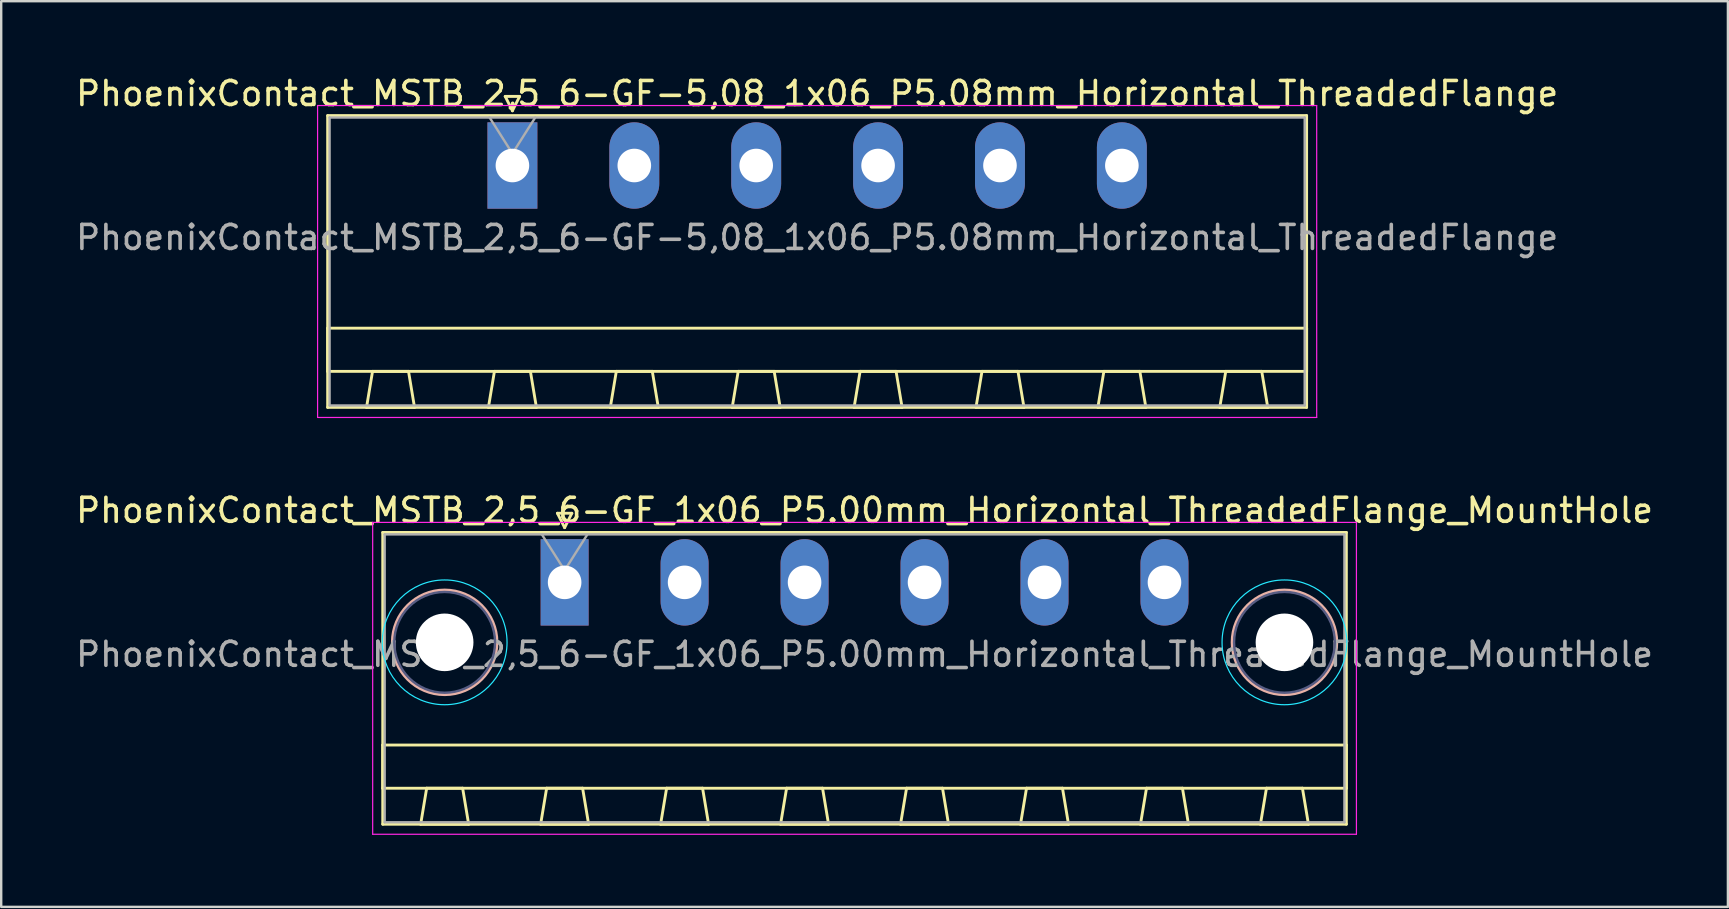
<source format=kicad_pcb>
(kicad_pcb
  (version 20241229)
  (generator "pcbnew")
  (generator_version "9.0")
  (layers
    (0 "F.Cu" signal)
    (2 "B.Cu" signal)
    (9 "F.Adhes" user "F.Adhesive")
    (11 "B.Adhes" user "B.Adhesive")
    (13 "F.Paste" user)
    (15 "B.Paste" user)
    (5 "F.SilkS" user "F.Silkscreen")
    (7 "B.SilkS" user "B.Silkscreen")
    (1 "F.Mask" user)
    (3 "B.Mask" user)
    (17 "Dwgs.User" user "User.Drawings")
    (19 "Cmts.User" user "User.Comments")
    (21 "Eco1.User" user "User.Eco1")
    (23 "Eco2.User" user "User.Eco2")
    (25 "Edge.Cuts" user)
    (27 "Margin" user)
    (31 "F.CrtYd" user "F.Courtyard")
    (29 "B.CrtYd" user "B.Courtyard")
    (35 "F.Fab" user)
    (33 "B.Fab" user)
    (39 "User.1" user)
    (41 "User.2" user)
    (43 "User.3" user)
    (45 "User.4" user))
  (footprint "PhoenixContact_MSTB_2,5_6-GF-5,08_1x06_P5.08mm_Horizontal_ThreadedFlange"
    (layer "F.Cu")
    (at 18.306 3.848)
    (property "Reference" "PhoenixContact_MSTB_2,5_6-GF-5,08_1x06_P5.08mm_Horizontal_ThreadedFlange" (at 12.7 -3 0) (layer "F.SilkS") (effects (font (size 1 1) (thickness 0.15))))
    (attr through_hole)
    (fp_line (start -7.7 -2.08) (end -7.7 10.08) (stroke (width 0.12) (type solid)) (layer "F.SilkS"))
    (fp_line (start -7.7 6.78) (end 33.1 6.78) (stroke (width 0.12) (type solid)) (layer "F.SilkS"))
    (fp_line (start -7.7 8.58) (end -7.7 6.78) (stroke (width 0.12) (type solid)) (layer "F.SilkS"))
    (fp_line (start -7.7 10.08) (end 33.1 10.08) (stroke (width 0.12) (type solid)) (layer "F.SilkS"))
    (fp_line (start -6.08 10.08) (end -4.08 10.08) (stroke (width 0.12) (type solid)) (layer "F.SilkS"))
    (fp_line (start -5.83 8.58) (end -6.08 10.08) (stroke (width 0.12) (type solid)) (layer "F.SilkS"))
    (fp_line (start -4.33 8.58) (end -5.83 8.58) (stroke (width 0.12) (type solid)) (layer "F.SilkS"))
    (fp_line (start -4.08 10.08) (end -4.33 8.58) (stroke (width 0.12) (type solid)) (layer "F.SilkS"))
    (fp_line (start -1 10.08) (end 1 10.08) (stroke (width 0.12) (type solid)) (layer "F.SilkS"))
    (fp_line (start -0.75 8.58) (end -1 10.08) (stroke (width 0.12) (type solid)) (layer "F.SilkS"))
    (fp_line (start -0.3 -2.88) (end 0.3 -2.88) (stroke (width 0.12) (type solid)) (layer "F.SilkS"))
    (fp_line (start 0 -2.28) (end -0.3 -2.88) (stroke (width 0.12) (type solid)) (layer "F.SilkS"))
    (fp_line (start 0.3 -2.88) (end 0 -2.28) (stroke (width 0.12) (type solid)) (layer "F.SilkS"))
    (fp_line (start 0.75 8.58) (end -0.75 8.58) (stroke (width 0.12) (type solid)) (layer "F.SilkS"))
    (fp_line (start 1 10.08) (end 0.75 8.58) (stroke (width 0.12) (type solid)) (layer "F.SilkS"))
    (fp_line (start 4.08 10.08) (end 6.08 10.08) (stroke (width 0.12) (type solid)) (layer "F.SilkS"))
    (fp_line (start 4.33 8.58) (end 4.08 10.08) (stroke (width 0.12) (type solid)) (layer "F.SilkS"))
    (fp_line (start 5.83 8.58) (end 4.33 8.58) (stroke (width 0.12) (type solid)) (layer "F.SilkS"))
    (fp_line (start 6.08 10.08) (end 5.83 8.58) (stroke (width 0.12) (type solid)) (layer "F.SilkS"))
    (fp_line (start 9.16 10.08) (end 11.16 10.08) (stroke (width 0.12) (type solid)) (layer "F.SilkS"))
    (fp_line (start 9.41 8.58) (end 9.16 10.08) (stroke (width 0.12) (type solid)) (layer "F.SilkS"))
    (fp_line (start 10.91 8.58) (end 9.41 8.58) (stroke (width 0.12) (type solid)) (layer "F.SilkS"))
    (fp_line (start 11.16 10.08) (end 10.91 8.58) (stroke (width 0.12) (type solid)) (layer "F.SilkS"))
    (fp_line (start 14.24 10.08) (end 16.24 10.08) (stroke (width 0.12) (type solid)) (layer "F.SilkS"))
    (fp_line (start 14.49 8.58) (end 14.24 10.08) (stroke (width 0.12) (type solid)) (layer "F.SilkS"))
    (fp_line (start 15.99 8.58) (end 14.49 8.58) (stroke (width 0.12) (type solid)) (layer "F.SilkS"))
    (fp_line (start 16.24 10.08) (end 15.99 8.58) (stroke (width 0.12) (type solid)) (layer "F.SilkS"))
    (fp_line (start 19.32 10.08) (end 21.32 10.08) (stroke (width 0.12) (type solid)) (layer "F.SilkS"))
    (fp_line (start 19.57 8.58) (end 19.32 10.08) (stroke (width 0.12) (type solid)) (layer "F.SilkS"))
    (fp_line (start 21.07 8.58) (end 19.57 8.58) (stroke (width 0.12) (type solid)) (layer "F.SilkS"))
    (fp_line (start 21.32 10.08) (end 21.07 8.58) (stroke (width 0.12) (type solid)) (layer "F.SilkS"))
    (fp_line (start 24.4 10.08) (end 26.4 10.08) (stroke (width 0.12) (type solid)) (layer "F.SilkS"))
    (fp_line (start 24.65 8.58) (end 24.4 10.08) (stroke (width 0.12) (type solid)) (layer "F.SilkS"))
    (fp_line (start 26.15 8.58) (end 24.65 8.58) (stroke (width 0.12) (type solid)) (layer "F.SilkS"))
    (fp_line (start 26.4 10.08) (end 26.15 8.58) (stroke (width 0.12) (type solid)) (layer "F.SilkS"))
    (fp_line (start 29.48 10.08) (end 31.48 10.08) (stroke (width 0.12) (type solid)) (layer "F.SilkS"))
    (fp_line (start 29.73 8.58) (end 29.48 10.08) (stroke (width 0.12) (type solid)) (layer "F.SilkS"))
    (fp_line (start 31.23 8.58) (end 29.73 8.58) (stroke (width 0.12) (type solid)) (layer "F.SilkS"))
    (fp_line (start 31.48 10.08) (end 31.23 8.58) (stroke (width 0.12) (type solid)) (layer "F.SilkS"))
    (fp_line (start 33.1 -2.08) (end -7.7 -2.08) (stroke (width 0.12) (type solid)) (layer "F.SilkS"))
    (fp_line (start 33.1 6.78) (end 33.1 8.58) (stroke (width 0.12) (type solid)) (layer "F.SilkS"))
    (fp_line (start 33.1 8.58) (end -7.7 8.58) (stroke (width 0.12) (type solid)) (layer "F.SilkS"))
    (fp_line (start 33.1 10.08) (end 33.1 -2.08) (stroke (width 0.12) (type solid)) (layer "F.SilkS"))
    (fp_line (start -8.12 -2.5) (end -8.12 10.5) (stroke (width 0.05) (type solid)) (layer "F.CrtYd"))
    (fp_line (start -8.12 10.5) (end 33.52 10.5) (stroke (width 0.05) (type solid)) (layer "F.CrtYd"))
    (fp_line (start 33.52 -2.5) (end -8.12 -2.5) (stroke (width 0.05) (type solid)) (layer "F.CrtYd"))
    (fp_line (start 33.52 10.5) (end 33.52 -2.5) (stroke (width 0.05) (type solid)) (layer "F.CrtYd"))
    (fp_line (start -7.62 -2) (end -7.62 10) (stroke (width 0.1) (type solid)) (layer "F.Fab"))
    (fp_line (start -7.62 10) (end 33.02 10) (stroke (width 0.1) (type solid)) (layer "F.Fab"))
    (fp_line (start 0 -0.5) (end -0.95 -2) (stroke (width 0.1) (type solid)) (layer "F.Fab"))
    (fp_line (start 0.95 -2) (end 0 -0.5) (stroke (width 0.1) (type solid)) (layer "F.Fab"))
    (fp_line (start 33.02 -2) (end -7.62 -2) (stroke (width 0.1) (type solid)) (layer "F.Fab"))
    (fp_line (start 33.02 10) (end 33.02 -2) (stroke (width 0.1) (type solid)) (layer "F.Fab"))
    (fp_text user "${REFERENCE}" (at 12.7 3 0) (layer "F.Fab") (effects (font (size 1 1) (thickness 0.15))))
    (pad "1" thru_hole rect (at 0 0) (size 2.08 3.6) (drill 1.4) (layers "*.Cu" "*.Mask"))
    (pad "2" thru_hole oval (at 5.08 0) (size 2.08 3.6) (drill 1.4) (layers "*.Cu" "*.Mask"))
    (pad "3" thru_hole oval (at 10.16 0) (size 2.08 3.6) (drill 1.4) (layers "*.Cu" "*.Mask"))
    (pad "4" thru_hole oval (at 15.24 0) (size 2.08 3.6) (drill 1.4) (layers "*.Cu" "*.Mask"))
    (pad "5" thru_hole oval (at 20.32 0) (size 2.08 3.6) (drill 1.4) (layers "*.Cu" "*.Mask"))
    (pad "6" thru_hole oval (at 25.4 0) (size 2.08 3.6) (drill 1.4) (layers "*.Cu" "*.Mask")))
  (footprint "PhoenixContact_MSTB_2,5_6-GF_1x06_P5.00mm_Horizontal_ThreadedFlange_MountHole"
    (layer "F.Cu")
    (at 20.482 21.221)
    (property "Reference" "PhoenixContact_MSTB_2,5_6-GF_1x06_P5.00mm_Horizontal_ThreadedFlange_MountHole" (at 12.5 -3 0) (layer "F.SilkS") (effects (font (size 1 1) (thickness 0.15))))
    (attr through_hole)
    (fp_line (start -7.58 -2.08) (end -7.58 10.08) (stroke (width 0.12) (type solid)) (layer "F.SilkS"))
    (fp_line (start -7.58 6.78) (end 32.58 6.78) (stroke (width 0.12) (type solid)) (layer "F.SilkS"))
    (fp_line (start -7.58 8.58) (end -7.58 6.78) (stroke (width 0.12) (type solid)) (layer "F.SilkS"))
    (fp_line (start -7.58 10.08) (end 32.58 10.08) (stroke (width 0.12) (type solid)) (layer "F.SilkS"))
    (fp_line (start -6 10.08) (end -4 10.08) (stroke (width 0.12) (type solid)) (layer "F.SilkS"))
    (fp_line (start -5.75 8.58) (end -6 10.08) (stroke (width 0.12) (type solid)) (layer "F.SilkS"))
    (fp_line (start -4.25 8.58) (end -5.75 8.58) (stroke (width 0.12) (type solid)) (layer "F.SilkS"))
    (fp_line (start -4 10.08) (end -4.25 8.58) (stroke (width 0.12) (type solid)) (layer "F.SilkS"))
    (fp_line (start -1 10.08) (end 1 10.08) (stroke (width 0.12) (type solid)) (layer "F.SilkS"))
    (fp_line (start -0.75 8.58) (end -1 10.08) (stroke (width 0.12) (type solid)) (layer "F.SilkS"))
    (fp_line (start -0.3 -2.88) (end 0.3 -2.88) (stroke (width 0.12) (type solid)) (layer "F.SilkS"))
    (fp_line (start 0 -2.28) (end -0.3 -2.88) (stroke (width 0.12) (type solid)) (layer "F.SilkS"))
    (fp_line (start 0.3 -2.88) (end 0 -2.28) (stroke (width 0.12) (type solid)) (layer "F.SilkS"))
    (fp_line (start 0.75 8.58) (end -0.75 8.58) (stroke (width 0.12) (type solid)) (layer "F.SilkS"))
    (fp_line (start 1 10.08) (end 0.75 8.58) (stroke (width 0.12) (type solid)) (layer "F.SilkS"))
    (fp_line (start 4 10.08) (end 6 10.08) (stroke (width 0.12) (type solid)) (layer "F.SilkS"))
    (fp_line (start 4.25 8.58) (end 4 10.08) (stroke (width 0.12) (type solid)) (layer "F.SilkS"))
    (fp_line (start 5.75 8.58) (end 4.25 8.58) (stroke (width 0.12) (type solid)) (layer "F.SilkS"))
    (fp_line (start 6 10.08) (end 5.75 8.58) (stroke (width 0.12) (type solid)) (layer "F.SilkS"))
    (fp_line (start 9 10.08) (end 11 10.08) (stroke (width 0.12) (type solid)) (layer "F.SilkS"))
    (fp_line (start 9.25 8.58) (end 9 10.08) (stroke (width 0.12) (type solid)) (layer "F.SilkS"))
    (fp_line (start 10.75 8.58) (end 9.25 8.58) (stroke (width 0.12) (type solid)) (layer "F.SilkS"))
    (fp_line (start 11 10.08) (end 10.75 8.58) (stroke (width 0.12) (type solid)) (layer "F.SilkS"))
    (fp_line (start 14 10.08) (end 16 10.08) (stroke (width 0.12) (type solid)) (layer "F.SilkS"))
    (fp_line (start 14.25 8.58) (end 14 10.08) (stroke (width 0.12) (type solid)) (layer "F.SilkS"))
    (fp_line (start 15.75 8.58) (end 14.25 8.58) (stroke (width 0.12) (type solid)) (layer "F.SilkS"))
    (fp_line (start 16 10.08) (end 15.75 8.58) (stroke (width 0.12) (type solid)) (layer "F.SilkS"))
    (fp_line (start 19 10.08) (end 21 10.08) (stroke (width 0.12) (type solid)) (layer "F.SilkS"))
    (fp_line (start 19.25 8.58) (end 19 10.08) (stroke (width 0.12) (type solid)) (layer "F.SilkS"))
    (fp_line (start 20.75 8.58) (end 19.25 8.58) (stroke (width 0.12) (type solid)) (layer "F.SilkS"))
    (fp_line (start 21 10.08) (end 20.75 8.58) (stroke (width 0.12) (type solid)) (layer "F.SilkS"))
    (fp_line (start 24 10.08) (end 26 10.08) (stroke (width 0.12) (type solid)) (layer "F.SilkS"))
    (fp_line (start 24.25 8.58) (end 24 10.08) (stroke (width 0.12) (type solid)) (layer "F.SilkS"))
    (fp_line (start 25.75 8.58) (end 24.25 8.58) (stroke (width 0.12) (type solid)) (layer "F.SilkS"))
    (fp_line (start 26 10.08) (end 25.75 8.58) (stroke (width 0.12) (type solid)) (layer "F.SilkS"))
    (fp_line (start 29 10.08) (end 31 10.08) (stroke (width 0.12) (type solid)) (layer "F.SilkS"))
    (fp_line (start 29.25 8.58) (end 29 10.08) (stroke (width 0.12) (type solid)) (layer "F.SilkS"))
    (fp_line (start 30.75 8.58) (end 29.25 8.58) (stroke (width 0.12) (type solid)) (layer "F.SilkS"))
    (fp_line (start 31 10.08) (end 30.75 8.58) (stroke (width 0.12) (type solid)) (layer "F.SilkS"))
    (fp_line (start 32.58 -2.08) (end -7.58 -2.08) (stroke (width 0.12) (type solid)) (layer "F.SilkS"))
    (fp_line (start 32.58 6.78) (end 32.58 8.58) (stroke (width 0.12) (type solid)) (layer "F.SilkS"))
    (fp_line (start 32.58 8.58) (end -7.58 8.58) (stroke (width 0.12) (type solid)) (layer "F.SilkS"))
    (fp_line (start 32.58 10.08) (end 32.58 -2.08) (stroke (width 0.12) (type solid)) (layer "F.SilkS"))
    (fp_circle (center -5 2.5) (end -2.82 2.5) (stroke (width 0.12) (type solid)) (fill no) (layer "B.SilkS"))
    (fp_circle (center 30 2.5) (end 32.18 2.5) (stroke (width 0.12) (type solid)) (fill no) (layer "B.SilkS"))
    (fp_circle (center -5 2.5) (end -2.4 2.5) (stroke (width 0.05) (type solid)) (fill no) (layer "B.CrtYd"))
    (fp_circle (center 30 2.5) (end 32.6 2.5) (stroke (width 0.05) (type solid)) (fill no) (layer "B.CrtYd"))
    (fp_line (start -8 -2.5) (end -8 10.5) (stroke (width 0.05) (type solid)) (layer "F.CrtYd"))
    (fp_line (start -8 10.5) (end 33 10.5) (stroke (width 0.05) (type solid)) (layer "F.CrtYd"))
    (fp_line (start 33 -2.5) (end -8 -2.5) (stroke (width 0.05) (type solid)) (layer "F.CrtYd"))
    (fp_line (start 33 10.5) (end 33 -2.5) (stroke (width 0.05) (type solid)) (layer "F.CrtYd"))
    (fp_circle (center -5 2.5) (end -2.9 2.5) (stroke (width 0.1) (type solid)) (fill no) (layer "B.Fab"))
    (fp_circle (center 30 2.5) (end 32.1 2.5) (stroke (width 0.1) (type solid)) (fill no) (layer "B.Fab"))
    (fp_line (start -7.5 -2) (end -7.5 10) (stroke (width 0.1) (type solid)) (layer "F.Fab"))
    (fp_line (start -7.5 10) (end 32.5 10) (stroke (width 0.1) (type solid)) (layer "F.Fab"))
    (fp_line (start 0 -0.5) (end -0.95 -2) (stroke (width 0.1) (type solid)) (layer "F.Fab"))
    (fp_line (start 0.95 -2) (end 0 -0.5) (stroke (width 0.1) (type solid)) (layer "F.Fab"))
    (fp_line (start 32.5 -2) (end -7.5 -2) (stroke (width 0.1) (type solid)) (layer "F.Fab"))
    (fp_line (start 32.5 10) (end 32.5 -2) (stroke (width 0.1) (type solid)) (layer "F.Fab"))
    (fp_text user "${REFERENCE}" (at 12.5 3 0) (layer "F.Fab") (effects (font (size 1 1) (thickness 0.15))))
    (pad "" np_thru_hole circle (at -5 2.5) (size 2.4 2.4) (drill 2.4) (layers "*.Cu" "*.Mask"))
    (pad "" np_thru_hole circle (at 30 2.5) (size 2.4 2.4) (drill 2.4) (layers "*.Cu" "*.Mask"))
    (pad "1" thru_hole rect (at 0 0) (size 2 3.6) (drill 1.4) (layers "*.Cu" "*.Mask"))
    (pad "2" thru_hole oval (at 5 0) (size 2 3.6) (drill 1.4) (layers "*.Cu" "*.Mask"))
    (pad "3" thru_hole oval (at 10 0) (size 2 3.6) (drill 1.4) (layers "*.Cu" "*.Mask"))
    (pad "4" thru_hole oval (at 15 0) (size 2 3.6) (drill 1.4) (layers "*.Cu" "*.Mask"))
    (pad "5" thru_hole oval (at 20 0) (size 2 3.6) (drill 1.4) (layers "*.Cu" "*.Mask"))
    (pad "6" thru_hole oval (at 25 0) (size 2 3.6) (drill 1.4) (layers "*.Cu" "*.Mask")))
  (gr_rect
    (start -3 -3)
    (end 68.964 34.746)
    (stroke (width 0.1) (type default))
    (fill no)
    (layer "Edge.Cuts")))
</source>
